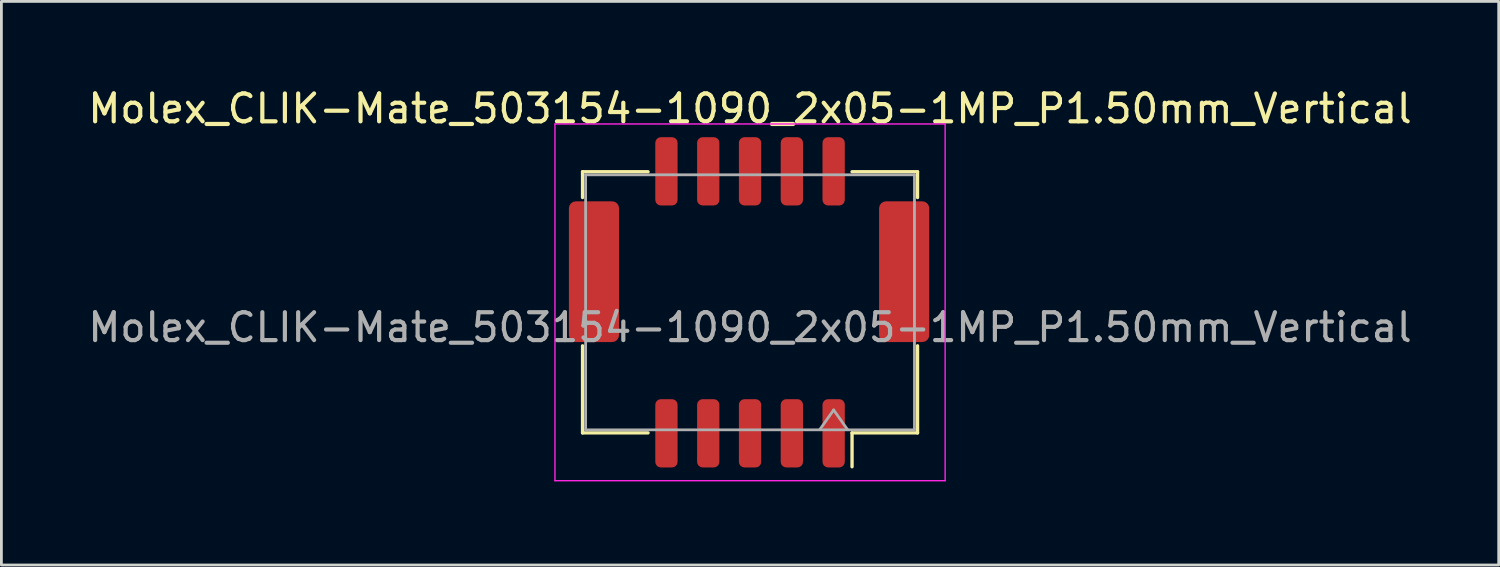
<source format=kicad_pcb>
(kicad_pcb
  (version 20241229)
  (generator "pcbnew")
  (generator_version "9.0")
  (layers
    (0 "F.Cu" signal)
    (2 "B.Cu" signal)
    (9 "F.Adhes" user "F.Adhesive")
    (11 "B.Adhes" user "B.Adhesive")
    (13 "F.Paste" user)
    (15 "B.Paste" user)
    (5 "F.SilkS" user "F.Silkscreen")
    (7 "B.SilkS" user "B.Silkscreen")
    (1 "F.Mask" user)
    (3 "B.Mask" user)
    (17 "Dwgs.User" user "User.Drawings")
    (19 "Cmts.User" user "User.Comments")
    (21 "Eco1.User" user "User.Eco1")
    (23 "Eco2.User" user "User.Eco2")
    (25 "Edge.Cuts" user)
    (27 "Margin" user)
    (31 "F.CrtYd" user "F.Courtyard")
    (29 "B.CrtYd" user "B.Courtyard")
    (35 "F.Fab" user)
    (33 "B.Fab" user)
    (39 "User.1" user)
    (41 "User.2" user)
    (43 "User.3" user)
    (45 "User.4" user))
  (footprint "Molex_CLIK-Mate_503154-1090_2x05-1MP_P1.50mm_Vertical"
    (layer "F.Cu")
    (at 23.863 9.748)
    (property "Reference" "Molex_CLIK-Mate_503154-1090_2x05-1MP_P1.50mm_Vertical" (at 0 -8.9 0) (layer "F.SilkS") (effects (font (size 1 1) (thickness 0.15))))
    (attr smd)
    (fp_line (start -6.01 -6.635) (end -6.01 -5.71) (stroke (width 0.12) (type solid)) (layer "F.SilkS"))
    (fp_line (start -6.01 -6.635) (end -3.66 -6.635) (stroke (width 0.12) (type solid)) (layer "F.SilkS"))
    (fp_line (start -6.01 -0.39) (end -6.01 2.735) (stroke (width 0.12) (type solid)) (layer "F.SilkS"))
    (fp_line (start -6.01 2.735) (end -3.66 2.735) (stroke (width 0.12) (type solid)) (layer "F.SilkS"))
    (fp_line (start 3.66 2.735) (end 3.66 3.95) (stroke (width 0.12) (type solid)) (layer "F.SilkS"))
    (fp_line (start 6.01 -6.635) (end 3.66 -6.635) (stroke (width 0.12) (type solid)) (layer "F.SilkS"))
    (fp_line (start 6.01 -6.635) (end 6.01 -5.71) (stroke (width 0.12) (type solid)) (layer "F.SilkS"))
    (fp_line (start 6.01 -0.39) (end 6.01 2.735) (stroke (width 0.12) (type solid)) (layer "F.SilkS"))
    (fp_line (start 6.01 2.735) (end 3.66 2.735) (stroke (width 0.12) (type solid)) (layer "F.SilkS"))
    (fp_line (start -7 -8.35) (end -7 4.45) (stroke (width 0.05) (type solid)) (layer "F.CrtYd"))
    (fp_line (start -7 4.45) (end 7 4.45) (stroke (width 0.05) (type solid)) (layer "F.CrtYd"))
    (fp_line (start 7 -8.35) (end -7 -8.35) (stroke (width 0.05) (type solid)) (layer "F.CrtYd"))
    (fp_line (start 7 4.45) (end 7 -8.35) (stroke (width 0.05) (type solid)) (layer "F.CrtYd"))
    (fp_line (start -5.9 -6.525) (end 5.9 -6.525) (stroke (width 0.1) (type solid)) (layer "F.Fab"))
    (fp_line (start -5.9 2.625) (end -5.9 -6.525) (stroke (width 0.1) (type solid)) (layer "F.Fab"))
    (fp_line (start -5.9 2.625) (end 5.9 2.625) (stroke (width 0.1) (type solid)) (layer "F.Fab"))
    (fp_line (start 2.5 2.62) (end 3 1.913) (stroke (width 0.1) (type solid)) (layer "F.Fab"))
    (fp_line (start 3 1.913) (end 3.5 2.62) (stroke (width 0.1) (type solid)) (layer "F.Fab"))
    (fp_line (start 5.9 2.625) (end 5.9 -6.525) (stroke (width 0.1) (type solid)) (layer "F.Fab"))
    (fp_text user "${REFERENCE}" (at 0 -1.05 0) (layer "F.Fab") (effects (font (size 1 1) (thickness 0.15))))
    (pad "1" smd roundrect (at 3 2.75) (size 0.8 2.45) (layers "F.Cu" "F.Mask" "F.Paste") (roundrect_rratio 0.25))
    (pad "2" smd roundrect (at 3 -6.65) (size 0.8 2.45) (layers "F.Cu" "F.Mask" "F.Paste") (roundrect_rratio 0.25))
    (pad "3" smd roundrect (at 1.5 2.75) (size 0.8 2.45) (layers "F.Cu" "F.Mask" "F.Paste") (roundrect_rratio 0.25))
    (pad "4" smd roundrect (at 1.5 -6.65) (size 0.8 2.45) (layers "F.Cu" "F.Mask" "F.Paste") (roundrect_rratio 0.25))
    (pad "5" smd roundrect (at 0 2.75) (size 0.8 2.45) (layers "F.Cu" "F.Mask" "F.Paste") (roundrect_rratio 0.25))
    (pad "6" smd roundrect (at 0 -6.65) (size 0.8 2.45) (layers "F.Cu" "F.Mask" "F.Paste") (roundrect_rratio 0.25))
    (pad "7" smd roundrect (at -1.5 2.75) (size 0.8 2.45) (layers "F.Cu" "F.Mask" "F.Paste") (roundrect_rratio 0.25))
    (pad "8" smd roundrect (at -1.5 -6.65) (size 0.8 2.45) (layers "F.Cu" "F.Mask" "F.Paste") (roundrect_rratio 0.25))
    (pad "9" smd roundrect (at -3 2.75) (size 0.8 2.45) (layers "F.Cu" "F.Mask" "F.Paste") (roundrect_rratio 0.25))
    (pad "10" smd roundrect (at -3 -6.65) (size 0.8 2.45) (layers "F.Cu" "F.Mask" "F.Paste") (roundrect_rratio 0.25))
    (pad "MP" smd roundrect (at -5.6 -3.05) (size 1.8 5.05) (layers "F.Cu" "F.Mask" "F.Paste") (roundrect_rratio 0.139))
    (pad "MP" smd roundrect (at 5.53 -3.05) (size 1.8 5.05) (layers "F.Cu" "F.Mask" "F.Paste") (roundrect_rratio 0.139)))
  (gr_rect
    (start -3 -3)
    (end 50.726 17.223)
    (stroke (width 0.1) (type default))
    (fill no)
    (layer "Edge.Cuts")))
</source>
